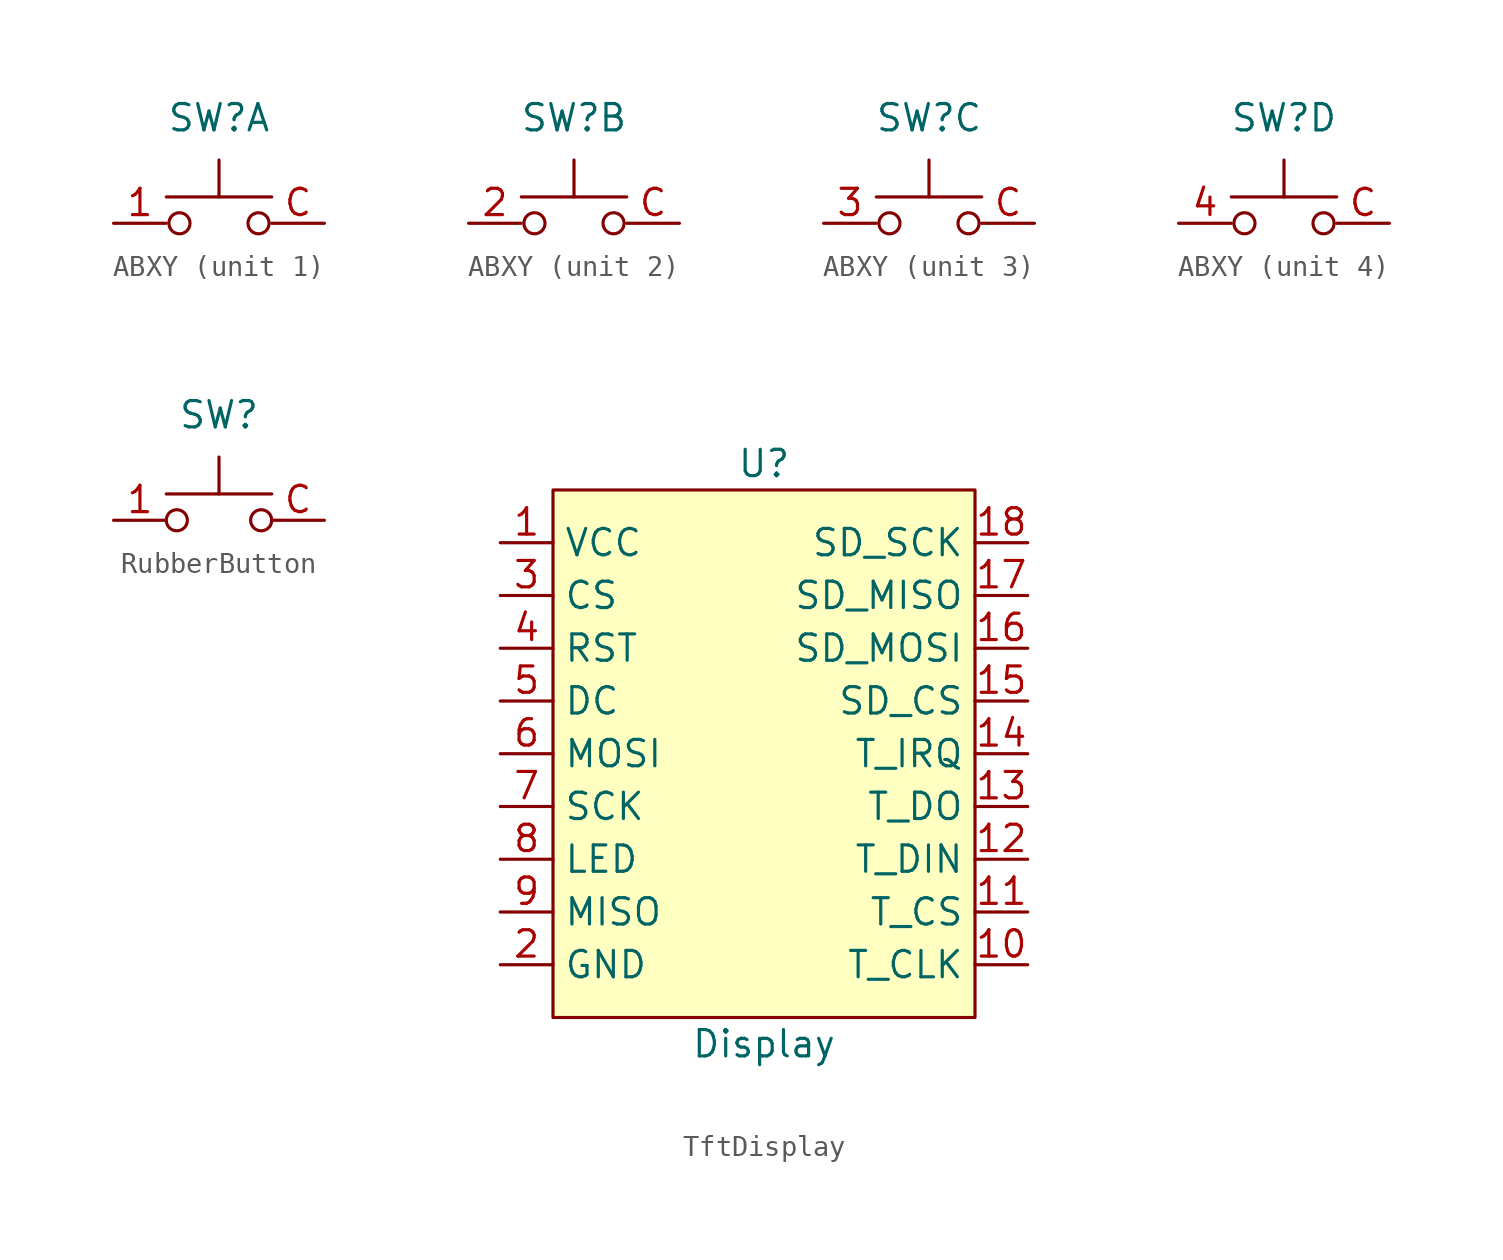
<source format=kicad_sym>
(kicad_symbol_lib
  (version 20220914)
  (generator kicad_symbol_editor)
  (symbol "ABXY"
    (pin_names hide)
    (property "Reference" "SW"
      (at 0 5.08 0)
      (effects (font (size 1.27 1.27))))
    (property "Value" ""
      (at 0 0 0)
      (effects (font (size 1.27 1.27))))
    (symbol "ABXY_0_1"
      (circle (center -1.905 0) (radius 0.508) (stroke (width 0) (type default)) (fill (type none)))
      (polyline (pts (xy 0 1.27) (xy 0 3.048)) (stroke (width 0) (type default)) (fill (type none)))
      (polyline (pts (xy 2.54 1.27) (xy -2.54 1.27)) (stroke (width 0) (type default)) (fill (type none)))
      (circle (center 1.905 0) (radius 0.508) (stroke (width 0) (type default)) (fill (type none)))
      (pin passive line (at 5.08 0 180) (length 2.54) (name "C" (effects (font (size 1.27 1.27)))) (number "C" (effects (font (size 1.27 1.27))))))
    (symbol "ABXY_1_1"
      (pin passive line (at -5.08 0 0) (length 2.54) (name "2" (effects (font (size 1.27 1.27)))) (number "1" (effects (font (size 1.27 1.27))))))
    (symbol "ABXY_2_1"
      (pin passive line (at -5.08 0 0) (length 2.54) (name "2" (effects (font (size 1.27 1.27)))) (number "2" (effects (font (size 1.27 1.27))))))
    (symbol "ABXY_3_1"
      (pin passive line (at -5.08 0 0) (length 2.54) (name "3" (effects (font (size 1.27 1.27)))) (number "3" (effects (font (size 1.27 1.27))))))
    (symbol "ABXY_4_1"
      (pin passive line (at -5.08 0 0) (length 2.54) (name "4" (effects (font (size 1.27 1.27)))) (number "4" (effects (font (size 1.27 1.27)))))))
  (symbol "RubberButton"
    (pin_names hide)
    (property "Reference" "SW"
      (at 0 5.08 0)
      (effects (font (size 1.27 1.27))))
    (property "Value" ""
      (at 0 0 0)
      (effects (font (size 1.27 1.27))))
    (symbol "RubberButton_0_1"
      (circle (center -2.032 0) (radius 0.508) (stroke (width 0) (type default)) (fill (type none)))
      (polyline (pts (xy 0 1.27) (xy 0 3.048)) (stroke (width 0) (type default)) (fill (type none)))
      (polyline (pts (xy 2.54 1.27) (xy -2.54 1.27)) (stroke (width 0) (type default)) (fill (type none)))
      (circle (center 2.032 0) (radius 0.508) (stroke (width 0) (type default)) (fill (type none))))
    (symbol "RubberButton_1_1"
      (pin passive line (at -5.08 0 0) (length 2.54) (name "1" (effects (font (size 1.27 1.27)))) (number "1" (effects (font (size 1.27 1.27)))))
      (pin passive line (at 5.08 0 180) (length 2.54) (name "C" (effects (font (size 1.27 1.27)))) (number "C" (effects (font (size 1.27 1.27)))))))
  (symbol "TftDisplay"
    (property "Reference" "U"
      (at 0 13.97 0)
      (effects (font (size 1.27 1.27))))
    (property "Value" "Display"
      (at 0 -13.97 0)
      (effects (font (size 1.27 1.27))))
    (symbol "TftDisplay_1_1"
      (rectangle (start -10.16 12.7) (end 10.16 -12.7) (stroke (width 0) (type default)) (fill (type background)))
      (pin power_in line (at -12.7 10.16 0) (length 2.54) (name "VCC" (effects (font (size 1.27 1.27)))) (number "1" (effects (font (size 1.27 1.27)))))
      (pin input line (at 12.7 -10.16 180) (length 2.54) (name "T_CLK" (effects (font (size 1.27 1.27)))) (number "10" (effects (font (size 1.27 1.27)))))
      (pin input line (at 12.7 -7.62 180) (length 2.54) (name "T_CS" (effects (font (size 1.27 1.27)))) (number "11" (effects (font (size 1.27 1.27)))))
      (pin input line (at 12.7 -5.08 180) (length 2.54) (name "T_DIN" (effects (font (size 1.27 1.27)))) (number "12" (effects (font (size 1.27 1.27)))))
      (pin output line (at 12.7 -2.54 180) (length 2.54) (name "T_DO" (effects (font (size 1.27 1.27)))) (number "13" (effects (font (size 1.27 1.27)))))
      (pin output line (at 12.7 0 180) (length 2.54) (name "T_IRQ" (effects (font (size 1.27 1.27)))) (number "14" (effects (font (size 1.27 1.27)))))
      (pin input line (at 12.7 2.54 180) (length 2.54) (name "SD_CS" (effects (font (size 1.27 1.27)))) (number "15" (effects (font (size 1.27 1.27)))))
      (pin input line (at 12.7 5.08 180) (length 2.54) (name "SD_MOSI" (effects (font (size 1.27 1.27)))) (number "16" (effects (font (size 1.27 1.27)))))
      (pin output line (at 12.7 7.62 180) (length 2.54) (name "SD_MISO" (effects (font (size 1.27 1.27)))) (number "17" (effects (font (size 1.27 1.27)))))
      (pin input line (at 12.7 10.16 180) (length 2.54) (name "SD_SCK" (effects (font (size 1.27 1.27)))) (number "18" (effects (font (size 1.27 1.27)))))
      (pin power_in line (at -12.7 -10.16 0) (length 2.54) (name "GND" (effects (font (size 1.27 1.27)))) (number "2" (effects (font (size 1.27 1.27)))))
      (pin input line (at -12.7 7.62 0) (length 2.54) (name "CS" (effects (font (size 1.27 1.27)))) (number "3" (effects (font (size 1.27 1.27)))))
      (pin input line (at -12.7 5.08 0) (length 2.54) (name "RST" (effects (font (size 1.27 1.27)))) (number "4" (effects (font (size 1.27 1.27)))))
      (pin input line (at -12.7 2.54 0) (length 2.54) (name "DC" (effects (font (size 1.27 1.27)))) (number "5" (effects (font (size 1.27 1.27)))))
      (pin input line (at -12.7 0 0) (length 2.54) (name "MOSI" (effects (font (size 1.27 1.27)))) (number "6" (effects (font (size 1.27 1.27)))))
      (pin input line (at -12.7 -2.54 0) (length 2.54) (name "SCK" (effects (font (size 1.27 1.27)))) (number "7" (effects (font (size 1.27 1.27)))))
      (pin input line (at -12.7 -5.08 0) (length 2.54) (name "LED" (effects (font (size 1.27 1.27)))) (number "8" (effects (font (size 1.27 1.27)))))
      (pin output line (at -12.7 -7.62 0) (length 2.54) (name "MISO" (effects (font (size 1.27 1.27)))) (number "9" (effects (font (size 1.27 1.27))))))))
</source>
